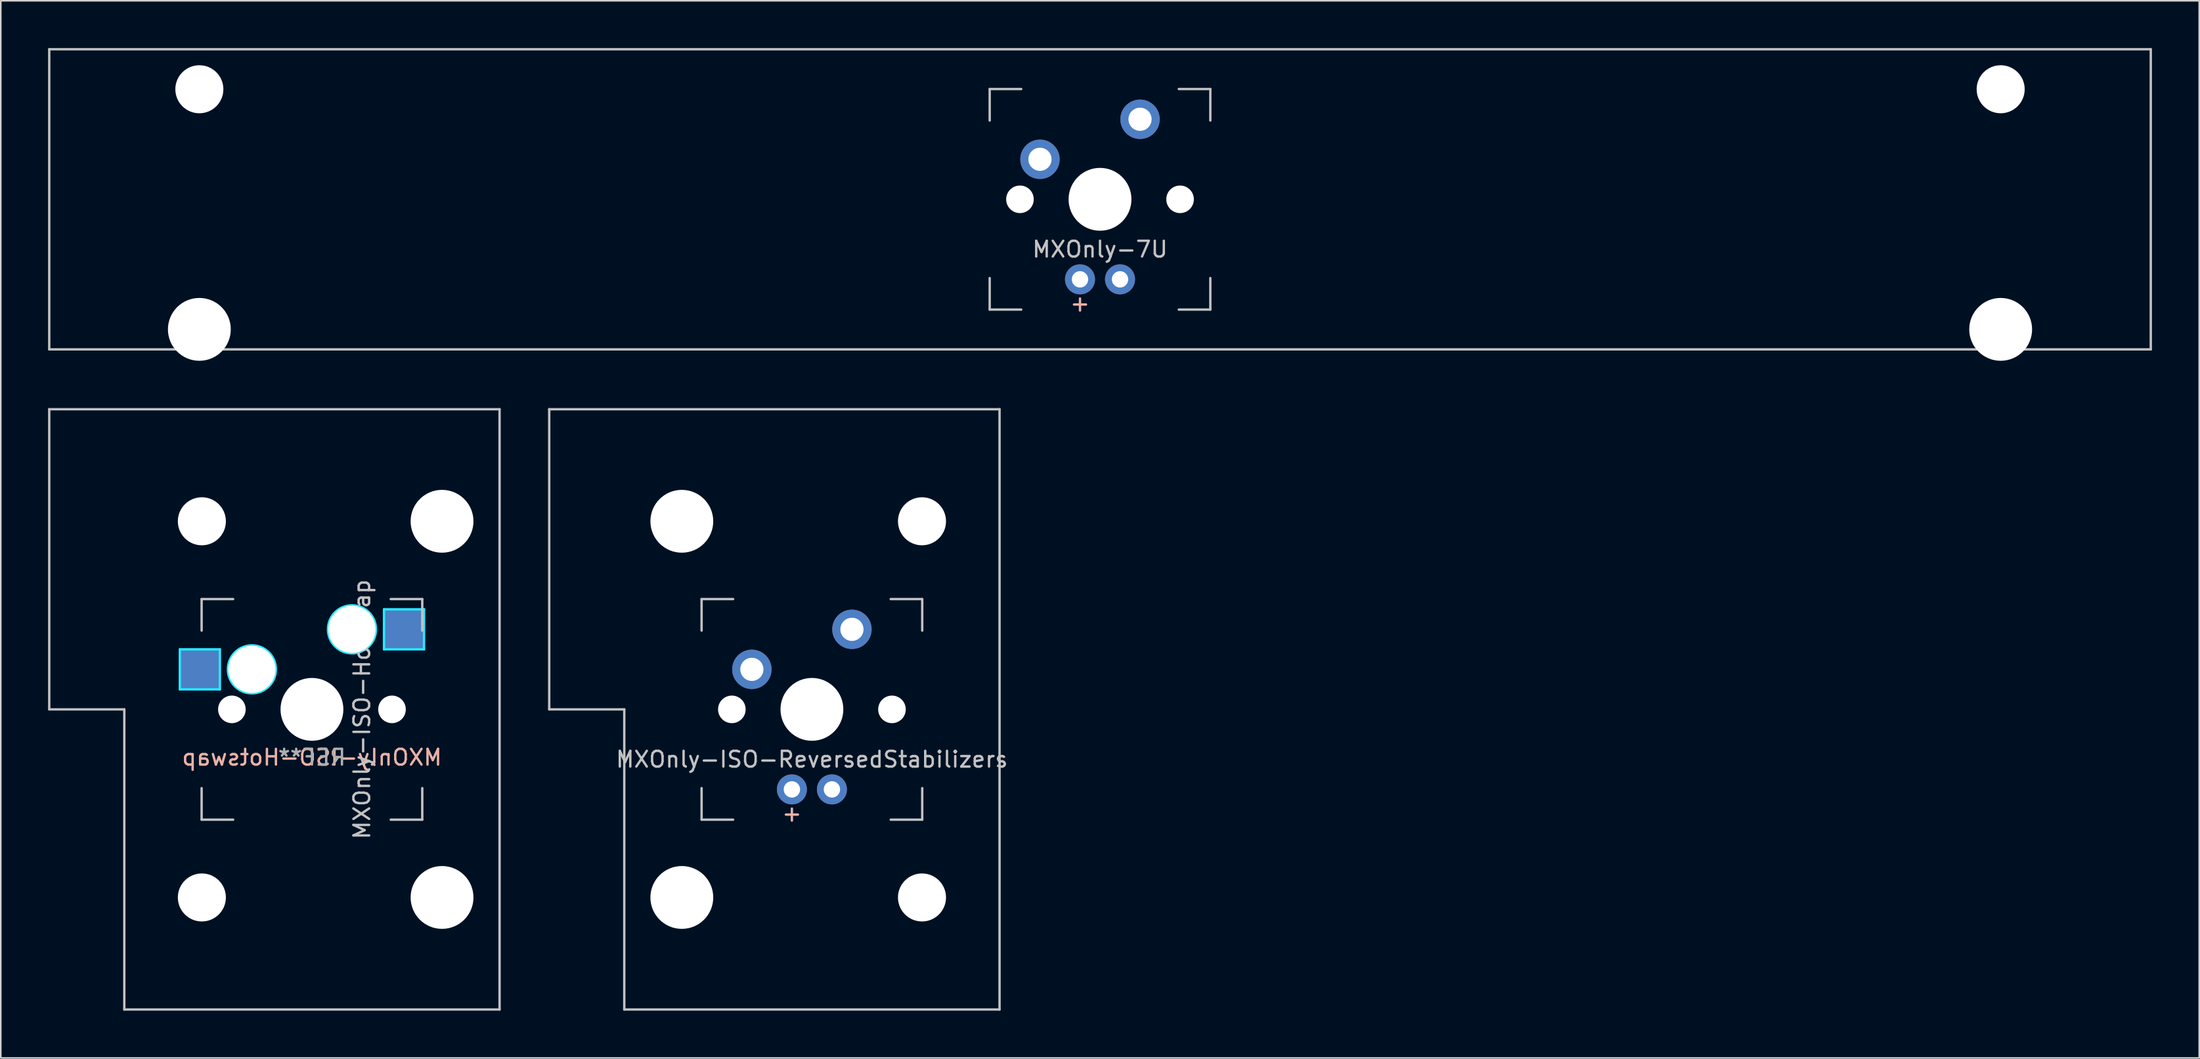
<source format=kicad_pcb>
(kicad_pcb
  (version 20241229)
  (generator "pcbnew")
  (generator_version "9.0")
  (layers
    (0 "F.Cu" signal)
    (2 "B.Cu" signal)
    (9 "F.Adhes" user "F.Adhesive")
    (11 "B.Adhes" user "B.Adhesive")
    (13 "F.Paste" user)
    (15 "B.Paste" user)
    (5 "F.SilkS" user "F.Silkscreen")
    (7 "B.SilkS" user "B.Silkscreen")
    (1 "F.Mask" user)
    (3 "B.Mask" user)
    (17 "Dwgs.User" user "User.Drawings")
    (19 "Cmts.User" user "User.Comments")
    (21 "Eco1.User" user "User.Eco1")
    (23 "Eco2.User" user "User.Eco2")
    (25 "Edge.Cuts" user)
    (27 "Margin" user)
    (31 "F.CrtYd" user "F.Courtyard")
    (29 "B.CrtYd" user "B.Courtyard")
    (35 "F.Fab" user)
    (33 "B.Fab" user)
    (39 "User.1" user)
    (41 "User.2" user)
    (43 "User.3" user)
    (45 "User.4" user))
  (footprint "MXOnly-ISO-ReversedStabilizers"
    (layer "F.Cu")
    (at 48.469 41.974)
    (property "Reference" "MXOnly-ISO-ReversedStabilizers" (at 0 3.175 0) (layer "Dwgs.User") (effects (font (size 1 1) (thickness 0.15))))
    (attr through_hole)
    (fp_line (start -16.669 -19.05) (end -16.669 0) (stroke (width 0.15) (type solid)) (layer "Dwgs.User"))
    (fp_line (start -16.669 -19.05) (end 11.906 -19.05) (stroke (width 0.15) (type solid)) (layer "Dwgs.User"))
    (fp_line (start -11.906 0) (end -16.669 0) (stroke (width 0.15) (type solid)) (layer "Dwgs.User"))
    (fp_line (start -11.906 19.05) (end -11.906 0) (stroke (width 0.15) (type solid)) (layer "Dwgs.User"))
    (fp_line (start -11.906 19.05) (end 11.906 19.05) (stroke (width 0.15) (type solid)) (layer "Dwgs.User"))
    (fp_line (start -7 -7) (end -7 -5) (stroke (width 0.15) (type solid)) (layer "Dwgs.User"))
    (fp_line (start -7 5) (end -7 7) (stroke (width 0.15) (type solid)) (layer "Dwgs.User"))
    (fp_line (start -7 7) (end -5 7) (stroke (width 0.15) (type solid)) (layer "Dwgs.User"))
    (fp_line (start -5 -7) (end -7 -7) (stroke (width 0.15) (type solid)) (layer "Dwgs.User"))
    (fp_line (start 5 -7) (end 7 -7) (stroke (width 0.15) (type solid)) (layer "Dwgs.User"))
    (fp_line (start 5 7) (end 7 7) (stroke (width 0.15) (type solid)) (layer "Dwgs.User"))
    (fp_line (start 7 -7) (end 7 -5) (stroke (width 0.15) (type solid)) (layer "Dwgs.User"))
    (fp_line (start 7 7) (end 7 5) (stroke (width 0.15) (type solid)) (layer "Dwgs.User"))
    (fp_line (start 11.906 -19.05) (end 11.906 19.05) (stroke (width 0.15) (type solid)) (layer "Dwgs.User"))
    (fp_text user "+" (at -1.27 6.604 0) (layer "B.SilkS") (effects (font (size 1 1) (thickness 0.15))))
    (pad "" np_thru_hole circle (at -8.255 -11.938) (size 3.988 3.988) (drill 3.988) (layers "*.Cu" "*.Mask"))
    (pad "" np_thru_hole circle (at -8.255 11.938) (size 3.988 3.988) (drill 3.988) (layers "*.Cu" "*.Mask"))
    (pad "" np_thru_hole circle (at -5.08 0 48.1) (size 1.75 1.75) (drill 1.75) (layers "*.Cu" "*.Mask"))
    (pad "" np_thru_hole circle (at 0 0) (size 3.988 3.988) (drill 3.988) (layers "*.Cu" "*.Mask"))
    (pad "" np_thru_hole circle (at 5.08 0 48.1) (size 1.75 1.75) (drill 1.75) (layers "*.Cu" "*.Mask"))
    (pad "" np_thru_hole circle (at 6.985 -11.938) (size 3.048 3.048) (drill 3.048) (layers "*.Cu" "*.Mask"))
    (pad "" np_thru_hole circle (at 6.985 11.938) (size 3.048 3.048) (drill 3.048) (layers "*.Cu" "*.Mask"))
    (pad "1" thru_hole circle (at -3.81 -2.54) (size 2.5 2.5) (drill 1.47) (layers "*.Cu" "*.Mask"))
    (pad "2" thru_hole circle (at 2.54 -5.08) (size 2.5 2.5) (drill 1.47) (layers "*.Cu" "*.Mask"))
    (pad "3" thru_hole circle (at -1.27 5.08) (size 1.905 1.905) (drill 1.04) (layers "*.Cu" "*.Mask"))
    (pad "4" thru_hole circle (at 1.27 5.08) (size 1.905 1.905) (drill 1.04) (layers "*.Cu" "*.Mask")))
  (footprint "MXOnly-7U"
    (layer "F.Cu")
    (at 66.75 9.6)
    (property "Reference" "MXOnly-7U" (at 0 3.175 0) (layer "Dwgs.User") (effects (font (size 1 1) (thickness 0.15))))
    (attr through_hole)
    (fp_line (start -66.675 -9.525) (end 66.675 -9.525) (stroke (width 0.15) (type solid)) (layer "Dwgs.User"))
    (fp_line (start -66.675 9.525) (end -66.675 -9.525) (stroke (width 0.15) (type solid)) (layer "Dwgs.User"))
    (fp_line (start -66.675 9.525) (end 66.675 9.525) (stroke (width 0.15) (type solid)) (layer "Dwgs.User"))
    (fp_line (start -7 -7) (end -7 -5) (stroke (width 0.15) (type solid)) (layer "Dwgs.User"))
    (fp_line (start -7 5) (end -7 7) (stroke (width 0.15) (type solid)) (layer "Dwgs.User"))
    (fp_line (start -7 7) (end -5 7) (stroke (width 0.15) (type solid)) (layer "Dwgs.User"))
    (fp_line (start -5 -7) (end -7 -7) (stroke (width 0.15) (type solid)) (layer "Dwgs.User"))
    (fp_line (start 5 -7) (end 7 -7) (stroke (width 0.15) (type solid)) (layer "Dwgs.User"))
    (fp_line (start 5 7) (end 7 7) (stroke (width 0.15) (type solid)) (layer "Dwgs.User"))
    (fp_line (start 7 -7) (end 7 -5) (stroke (width 0.15) (type solid)) (layer "Dwgs.User"))
    (fp_line (start 7 7) (end 7 5) (stroke (width 0.15) (type solid)) (layer "Dwgs.User"))
    (fp_line (start 66.675 -9.525) (end 66.675 9.525) (stroke (width 0.15) (type solid)) (layer "Dwgs.User"))
    (fp_text user "+" (at -1.27 6.604 0) (layer "B.SilkS") (effects (font (size 1 1) (thickness 0.15))))
    (pad "" np_thru_hole circle (at -57.15 -6.985) (size 3.048 3.048) (drill 3.048) (layers "*.Cu" "*.Mask"))
    (pad "" np_thru_hole circle (at -57.15 8.255) (size 3.988 3.988) (drill 3.988) (layers "*.Cu" "*.Mask"))
    (pad "" np_thru_hole circle (at -5.08 0 48.1) (size 1.75 1.75) (drill 1.75) (layers "*.Cu" "*.Mask"))
    (pad "" np_thru_hole circle (at 0 0) (size 3.988 3.988) (drill 3.988) (layers "*.Cu" "*.Mask"))
    (pad "" np_thru_hole circle (at 5.08 0 48.1) (size 1.75 1.75) (drill 1.75) (layers "*.Cu" "*.Mask"))
    (pad "" np_thru_hole circle (at 57.15 -6.985) (size 3.048 3.048) (drill 3.048) (layers "*.Cu" "*.Mask"))
    (pad "" np_thru_hole circle (at 57.15 8.255) (size 3.988 3.988) (drill 3.988) (layers "*.Cu" "*.Mask"))
    (pad "1" thru_hole circle (at -3.81 -2.54) (size 2.5 2.5) (drill 1.47) (layers "*.Cu" "*.Mask"))
    (pad "2" thru_hole circle (at 2.54 -5.08) (size 2.5 2.5) (drill 1.47) (layers "*.Cu" "*.Mask"))
    (pad "3" thru_hole circle (at -1.27 5.08) (size 1.905 1.905) (drill 1.04) (layers "*.Cu" "*.Mask"))
    (pad "4" thru_hole circle (at 1.27 5.08) (size 1.905 1.905) (drill 1.04) (layers "*.Cu" "*.Mask")))
  (footprint "MXOnly-ISO-Hotswap"
    (layer "F.Cu")
    (at 16.744 41.974)
    (property "Reference" "MXOnly-ISO-Hotswap" (at 3.175 0 90) (layer "Dwgs.User") (effects (font (size 1 1) (thickness 0.15))))
    (attr through_hole)
    (fp_line (start -16.669 -19.05) (end -16.669 0) (stroke (width 0.15) (type solid)) (layer "Dwgs.User"))
    (fp_line (start -16.669 -19.05) (end 11.906 -19.05) (stroke (width 0.15) (type solid)) (layer "Dwgs.User"))
    (fp_line (start -11.906 0) (end -16.669 0) (stroke (width 0.15) (type solid)) (layer "Dwgs.User"))
    (fp_line (start -11.906 19.05) (end -11.906 0) (stroke (width 0.15) (type solid)) (layer "Dwgs.User"))
    (fp_line (start -11.906 19.05) (end 11.906 19.05) (stroke (width 0.15) (type solid)) (layer "Dwgs.User"))
    (fp_line (start -7 -7) (end -7 -5) (stroke (width 0.15) (type solid)) (layer "Dwgs.User"))
    (fp_line (start -7 5) (end -7 7) (stroke (width 0.15) (type solid)) (layer "Dwgs.User"))
    (fp_line (start -7 7) (end -5 7) (stroke (width 0.15) (type solid)) (layer "Dwgs.User"))
    (fp_line (start -5 -7) (end -7 -7) (stroke (width 0.15) (type solid)) (layer "Dwgs.User"))
    (fp_line (start 5 -7) (end 7 -7) (stroke (width 0.15) (type solid)) (layer "Dwgs.User"))
    (fp_line (start 5 7) (end 7 7) (stroke (width 0.15) (type solid)) (layer "Dwgs.User"))
    (fp_line (start 7 -7) (end 7 -5) (stroke (width 0.15) (type solid)) (layer "Dwgs.User"))
    (fp_line (start 7 7) (end 7 5) (stroke (width 0.15) (type solid)) (layer "Dwgs.User"))
    (fp_line (start 11.906 -19.05) (end 11.906 19.05) (stroke (width 0.15) (type solid)) (layer "Dwgs.User"))
    (fp_line (start -8.382 -3.81) (end -8.382 -1.27) (stroke (width 0.15) (type solid)) (layer "B.CrtYd"))
    (fp_line (start -8.382 -1.27) (end -5.842 -1.27) (stroke (width 0.15) (type solid)) (layer "B.CrtYd"))
    (fp_line (start -5.842 -3.81) (end -8.382 -3.81) (stroke (width 0.15) (type solid)) (layer "B.CrtYd"))
    (fp_line (start -5.842 -1.27) (end -5.842 -3.81) (stroke (width 0.15) (type solid)) (layer "B.CrtYd"))
    (fp_line (start 4.572 -6.35) (end 7.112 -6.35) (stroke (width 0.15) (type solid)) (layer "B.CrtYd"))
    (fp_line (start 4.572 -3.81) (end 4.572 -6.35) (stroke (width 0.15) (type solid)) (layer "B.CrtYd"))
    (fp_line (start 7.112 -6.35) (end 7.112 -3.81) (stroke (width 0.15) (type solid)) (layer "B.CrtYd"))
    (fp_line (start 7.112 -3.81) (end 4.572 -3.81) (stroke (width 0.15) (type solid)) (layer "B.CrtYd"))
    (fp_circle (center -3.81 -2.54) (end -3.81 -4.064) (stroke (width 0.15) (type solid)) (fill no) (layer "B.CrtYd"))
    (fp_circle (center 2.54 -5.08) (end 2.54 -6.604) (stroke (width 0.15) (type solid)) (fill no) (layer "B.CrtYd"))
    (fp_text user "${REFERENCE}" (at 0 3.048 0) (layer "B.SilkS") (effects (font (size 1 1) (thickness 0.15)) (justify mirror)))
    (fp_text user "REF**" (at 0 3.048 0) (layer "F.Fab") (effects (font (size 1 1) (thickness 0.15)) (justify mirror)))
    (pad "" np_thru_hole circle (at -6.985 -11.938) (size 3.048 3.048) (drill 3.048) (layers "*.Cu" "*.Mask"))
    (pad "" np_thru_hole circle (at -6.985 11.938) (size 3.048 3.048) (drill 3.048) (layers "*.Cu" "*.Mask"))
    (pad "" np_thru_hole circle (at -5.08 0 48.1) (size 1.75 1.75) (drill 1.75) (layers "*.Cu" "*.Mask"))
    (pad "" np_thru_hole circle (at -3.81 -2.54) (size 3 3) (drill 3) (layers "*.Cu" "*.Mask"))
    (pad "" np_thru_hole circle (at 0 0) (size 3.988 3.988) (drill 3.988) (layers "*.Cu" "*.Mask"))
    (pad "" np_thru_hole circle (at 2.54 -5.08) (size 3 3) (drill 3) (layers "*.Cu" "*.Mask"))
    (pad "" np_thru_hole circle (at 5.08 0 48.1) (size 1.75 1.75) (drill 1.75) (layers "*.Cu" "*.Mask"))
    (pad "" np_thru_hole circle (at 8.255 -11.938) (size 3.988 3.988) (drill 3.988) (layers "*.Cu" "*.Mask"))
    (pad "" np_thru_hole circle (at 8.255 11.938) (size 3.988 3.988) (drill 3.988) (layers "*.Cu" "*.Mask"))
    (pad "1" smd rect (at -7.085 -2.54) (size 2.55 2.5) (layers "B.Cu" "B.Mask" "B.Paste"))
    (pad "2" smd rect (at 5.842 -5.08) (size 2.55 2.5) (layers "B.Cu" "B.Mask" "B.Paste")))
  (gr_rect
    (start -3 -3)
    (end 136.5 64.099)
    (stroke (width 0.1) (type default))
    (fill no)
    (layer "Edge.Cuts")))
</source>
